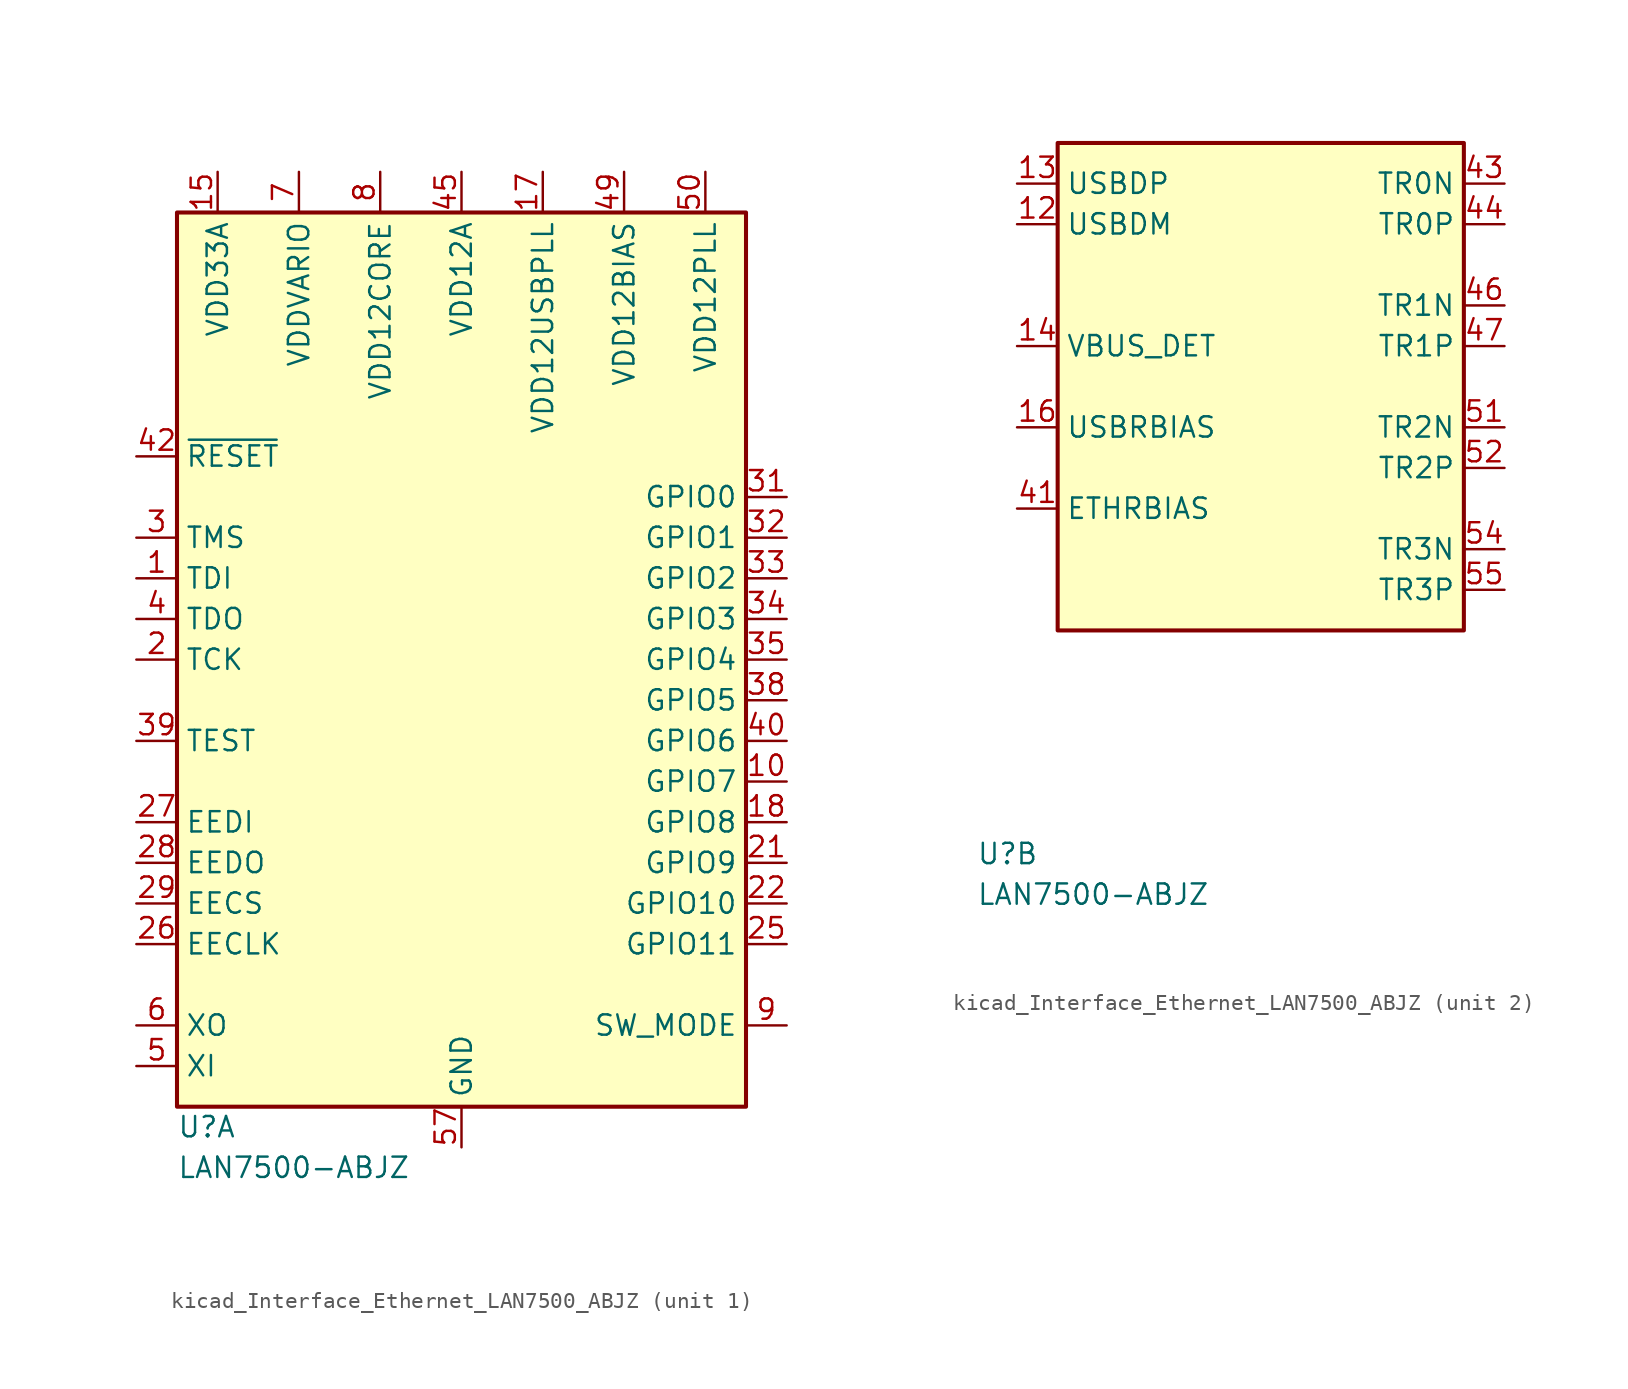
<source format=kicad_sym>
(kicad_symbol_lib
  (version 20220914)
  (generator kicad_symbol_editor)
  (symbol "kicad_Interface_Ethernet_LAN7500_ABJZ"
    (property "Reference" "U"
      (at -17.78 -29.21 0)
      (effects (font (size 1.27 1.27)) (justify left)))
    (property "Value" "LAN7500-ABJZ"
      (at -17.78 -31.75 0)
      (effects (font (size 1.27 1.27)) (justify left)))
    (property "ki_locked" ""
      (at 0 0 0)
      (effects (font (size 1.27 1.27))))
    (symbol "kicad_Interface_Ethernet_LAN7500_ABJZ_1_1"
      (rectangle (start -17.78 27.94) (end 17.78 -27.94) (stroke (width 0.254) (type default)) (fill (type background)))
      (pin input line (at -20.32 5.08 0) (length 2.54) (name "TDI" (effects (font (size 1.27 1.27)))) (number "1" (effects (font (size 1.27 1.27)))))
      (pin bidirectional line (at 20.32 -7.62 180) (length 2.54) (name "GPIO7" (effects (font (size 1.27 1.27)))) (number "10" (effects (font (size 1.27 1.27)))))
      (pin passive line (at -5.08 30.48 270) (length 2.54) hide (name "VDD12CORE" (effects (font (size 1.27 1.27)))) (number "11" (effects (font (size 1.27 1.27)))))
      (pin power_in line (at -15.24 30.48 270) (length 2.54) (name "VDD33A" (effects (font (size 1.27 1.27)))) (number "15" (effects (font (size 1.27 1.27)))))
      (pin power_in line (at 5.08 30.48 270) (length 2.54) (name "VDD12USBPLL" (effects (font (size 1.27 1.27)))) (number "17" (effects (font (size 1.27 1.27)))))
      (pin bidirectional line (at 20.32 -10.16 180) (length 2.54) (name "GPIO8" (effects (font (size 1.27 1.27)))) (number "18" (effects (font (size 1.27 1.27)))))
      (pin passive line (at -10.16 30.48 270) (length 2.54) hide (name "VDDVARIO" (effects (font (size 1.27 1.27)))) (number "19" (effects (font (size 1.27 1.27)))))
      (pin input line (at -20.32 0 0) (length 2.54) (name "TCK" (effects (font (size 1.27 1.27)))) (number "2" (effects (font (size 1.27 1.27)))))
      (pin passive line (at -5.08 30.48 270) (length 2.54) hide (name "VDD12CORE" (effects (font (size 1.27 1.27)))) (number "20" (effects (font (size 1.27 1.27)))))
      (pin bidirectional line (at 20.32 -12.7 180) (length 2.54) (name "GPIO9" (effects (font (size 1.27 1.27)))) (number "21" (effects (font (size 1.27 1.27)))))
      (pin bidirectional line (at 20.32 -15.24 180) (length 2.54) (name "GPIO10" (effects (font (size 1.27 1.27)))) (number "22" (effects (font (size 1.27 1.27)))))
      (pin passive line (at -5.08 30.48 270) (length 2.54) hide (name "VDD12CORE" (effects (font (size 1.27 1.27)))) (number "23" (effects (font (size 1.27 1.27)))))
      (pin passive line (at -10.16 30.48 270) (length 2.54) hide (name "VDDVARIO" (effects (font (size 1.27 1.27)))) (number "24" (effects (font (size 1.27 1.27)))))
      (pin bidirectional line (at 20.32 -17.78 180) (length 2.54) (name "GPIO11" (effects (font (size 1.27 1.27)))) (number "25" (effects (font (size 1.27 1.27)))))
      (pin output line (at -20.32 -17.78 0) (length 2.54) (name "EECLK" (effects (font (size 1.27 1.27)))) (number "26" (effects (font (size 1.27 1.27)))))
      (pin input line (at -20.32 -10.16 0) (length 2.54) (name "EEDI" (effects (font (size 1.27 1.27)))) (number "27" (effects (font (size 1.27 1.27)))))
      (pin output line (at -20.32 -12.7 0) (length 2.54) (name "EEDO" (effects (font (size 1.27 1.27)))) (number "28" (effects (font (size 1.27 1.27)))))
      (pin output line (at -20.32 -15.24 0) (length 2.54) (name "EECS" (effects (font (size 1.27 1.27)))) (number "29" (effects (font (size 1.27 1.27)))))
      (pin input line (at -20.32 7.62 0) (length 2.54) (name "TMS" (effects (font (size 1.27 1.27)))) (number "3" (effects (font (size 1.27 1.27)))))
      (pin passive line (at -5.08 30.48 270) (length 2.54) hide (name "VDD12CORE" (effects (font (size 1.27 1.27)))) (number "30" (effects (font (size 1.27 1.27)))))
      (pin bidirectional line (at 20.32 10.16 180) (length 2.54) (name "GPIO0" (effects (font (size 1.27 1.27)))) (number "31" (effects (font (size 1.27 1.27)))))
      (pin bidirectional line (at 20.32 7.62 180) (length 2.54) (name "GPIO1" (effects (font (size 1.27 1.27)))) (number "32" (effects (font (size 1.27 1.27)))))
      (pin bidirectional line (at 20.32 5.08 180) (length 2.54) (name "GPIO2" (effects (font (size 1.27 1.27)))) (number "33" (effects (font (size 1.27 1.27)))))
      (pin bidirectional line (at 20.32 2.54 180) (length 2.54) (name "GPIO3" (effects (font (size 1.27 1.27)))) (number "34" (effects (font (size 1.27 1.27)))))
      (pin bidirectional line (at 20.32 0 180) (length 2.54) (name "GPIO4" (effects (font (size 1.27 1.27)))) (number "35" (effects (font (size 1.27 1.27)))))
      (pin passive line (at -5.08 30.48 270) (length 2.54) hide (name "VDD12CORE" (effects (font (size 1.27 1.27)))) (number "36" (effects (font (size 1.27 1.27)))))
      (pin passive line (at -10.16 30.48 270) (length 2.54) hide (name "VDDVARIO" (effects (font (size 1.27 1.27)))) (number "37" (effects (font (size 1.27 1.27)))))
      (pin bidirectional line (at 20.32 -2.54 180) (length 2.54) (name "GPIO5" (effects (font (size 1.27 1.27)))) (number "38" (effects (font (size 1.27 1.27)))))
      (pin input line (at -20.32 -5.08 0) (length 2.54) (name "TEST" (effects (font (size 1.27 1.27)))) (number "39" (effects (font (size 1.27 1.27)))))
      (pin output line (at -20.32 2.54 0) (length 2.54) (name "TDO" (effects (font (size 1.27 1.27)))) (number "4" (effects (font (size 1.27 1.27)))))
      (pin bidirectional line (at 20.32 -5.08 180) (length 2.54) (name "GPIO6" (effects (font (size 1.27 1.27)))) (number "40" (effects (font (size 1.27 1.27)))))
      (pin input line (at -20.32 12.7 0) (length 2.54) (name "~{RESET}" (effects (font (size 1.27 1.27)))) (number "42" (effects (font (size 1.27 1.27)))))
      (pin power_in line (at 0 30.48 270) (length 2.54) (name "VDD12A" (effects (font (size 1.27 1.27)))) (number "45" (effects (font (size 1.27 1.27)))))
      (pin passive line (at 0 30.48 270) (length 2.54) hide (name "VDD12A" (effects (font (size 1.27 1.27)))) (number "48" (effects (font (size 1.27 1.27)))))
      (pin power_in line (at 10.16 30.48 270) (length 2.54) (name "VDD12BIAS" (effects (font (size 1.27 1.27)))) (number "49" (effects (font (size 1.27 1.27)))))
      (pin input line (at -20.32 -25.4 0) (length 2.54) (name "XI" (effects (font (size 1.27 1.27)))) (number "5" (effects (font (size 1.27 1.27)))))
      (pin power_in line (at 15.24 30.48 270) (length 2.54) (name "VDD12PLL" (effects (font (size 1.27 1.27)))) (number "50" (effects (font (size 1.27 1.27)))))
      (pin passive line (at 0 30.48 270) (length 2.54) hide (name "VDD12A" (effects (font (size 1.27 1.27)))) (number "53" (effects (font (size 1.27 1.27)))))
      (pin passive line (at 0 30.48 270) (length 2.54) hide (name "VDD12A" (effects (font (size 1.27 1.27)))) (number "56" (effects (font (size 1.27 1.27)))))
      (pin power_in line (at 0 -30.48 90) (length 2.54) (name "GND" (effects (font (size 1.27 1.27)))) (number "57" (effects (font (size 1.27 1.27)))))
      (pin output line (at -20.32 -22.86 0) (length 2.54) (name "XO" (effects (font (size 1.27 1.27)))) (number "6" (effects (font (size 1.27 1.27)))))
      (pin power_in line (at -10.16 30.48 270) (length 2.54) (name "VDDVARIO" (effects (font (size 1.27 1.27)))) (number "7" (effects (font (size 1.27 1.27)))))
      (pin power_in line (at -5.08 30.48 270) (length 2.54) (name "VDD12CORE" (effects (font (size 1.27 1.27)))) (number "8" (effects (font (size 1.27 1.27)))))
      (pin output line (at 20.32 -22.86 180) (length 2.54) (name "SW_MODE" (effects (font (size 1.27 1.27)))) (number "9" (effects (font (size 1.27 1.27))))))
    (symbol "kicad_Interface_Ethernet_LAN7500_ABJZ_2_1"
      (rectangle (start 12.7 -15.24) (end -12.7 15.24) (stroke (width 0.254) (type default)) (fill (type background)))
      (pin bidirectional line (at -15.24 10.16 0) (length 2.54) (name "USBDM" (effects (font (size 1.27 1.27)))) (number "12" (effects (font (size 1.27 1.27)))))
      (pin bidirectional line (at -15.24 12.7 0) (length 2.54) (name "USBDP" (effects (font (size 1.27 1.27)))) (number "13" (effects (font (size 1.27 1.27)))))
      (pin input line (at -15.24 2.54 0) (length 2.54) (name "VBUS_DET" (effects (font (size 1.27 1.27)))) (number "14" (effects (font (size 1.27 1.27)))))
      (pin passive line (at -15.24 -2.54 0) (length 2.54) (name "USBRBIAS" (effects (font (size 1.27 1.27)))) (number "16" (effects (font (size 1.27 1.27)))))
      (pin passive line (at -15.24 -7.62 0) (length 2.54) (name "ETHRBIAS" (effects (font (size 1.27 1.27)))) (number "41" (effects (font (size 1.27 1.27)))))
      (pin bidirectional line (at 15.24 12.7 180) (length 2.54) (name "TR0N" (effects (font (size 1.27 1.27)))) (number "43" (effects (font (size 1.27 1.27)))))
      (pin bidirectional line (at 15.24 10.16 180) (length 2.54) (name "TR0P" (effects (font (size 1.27 1.27)))) (number "44" (effects (font (size 1.27 1.27)))))
      (pin bidirectional line (at 15.24 5.08 180) (length 2.54) (name "TR1N" (effects (font (size 1.27 1.27)))) (number "46" (effects (font (size 1.27 1.27)))))
      (pin bidirectional line (at 15.24 2.54 180) (length 2.54) (name "TR1P" (effects (font (size 1.27 1.27)))) (number "47" (effects (font (size 1.27 1.27)))))
      (pin bidirectional line (at 15.24 -2.54 180) (length 2.54) (name "TR2N" (effects (font (size 1.27 1.27)))) (number "51" (effects (font (size 1.27 1.27)))))
      (pin bidirectional line (at 15.24 -5.08 180) (length 2.54) (name "TR2P" (effects (font (size 1.27 1.27)))) (number "52" (effects (font (size 1.27 1.27)))))
      (pin bidirectional line (at 15.24 -10.16 180) (length 2.54) (name "TR3N" (effects (font (size 1.27 1.27)))) (number "54" (effects (font (size 1.27 1.27)))))
      (pin bidirectional line (at 15.24 -12.7 180) (length 2.54) (name "TR3P" (effects (font (size 1.27 1.27)))) (number "55" (effects (font (size 1.27 1.27))))))))
</source>
